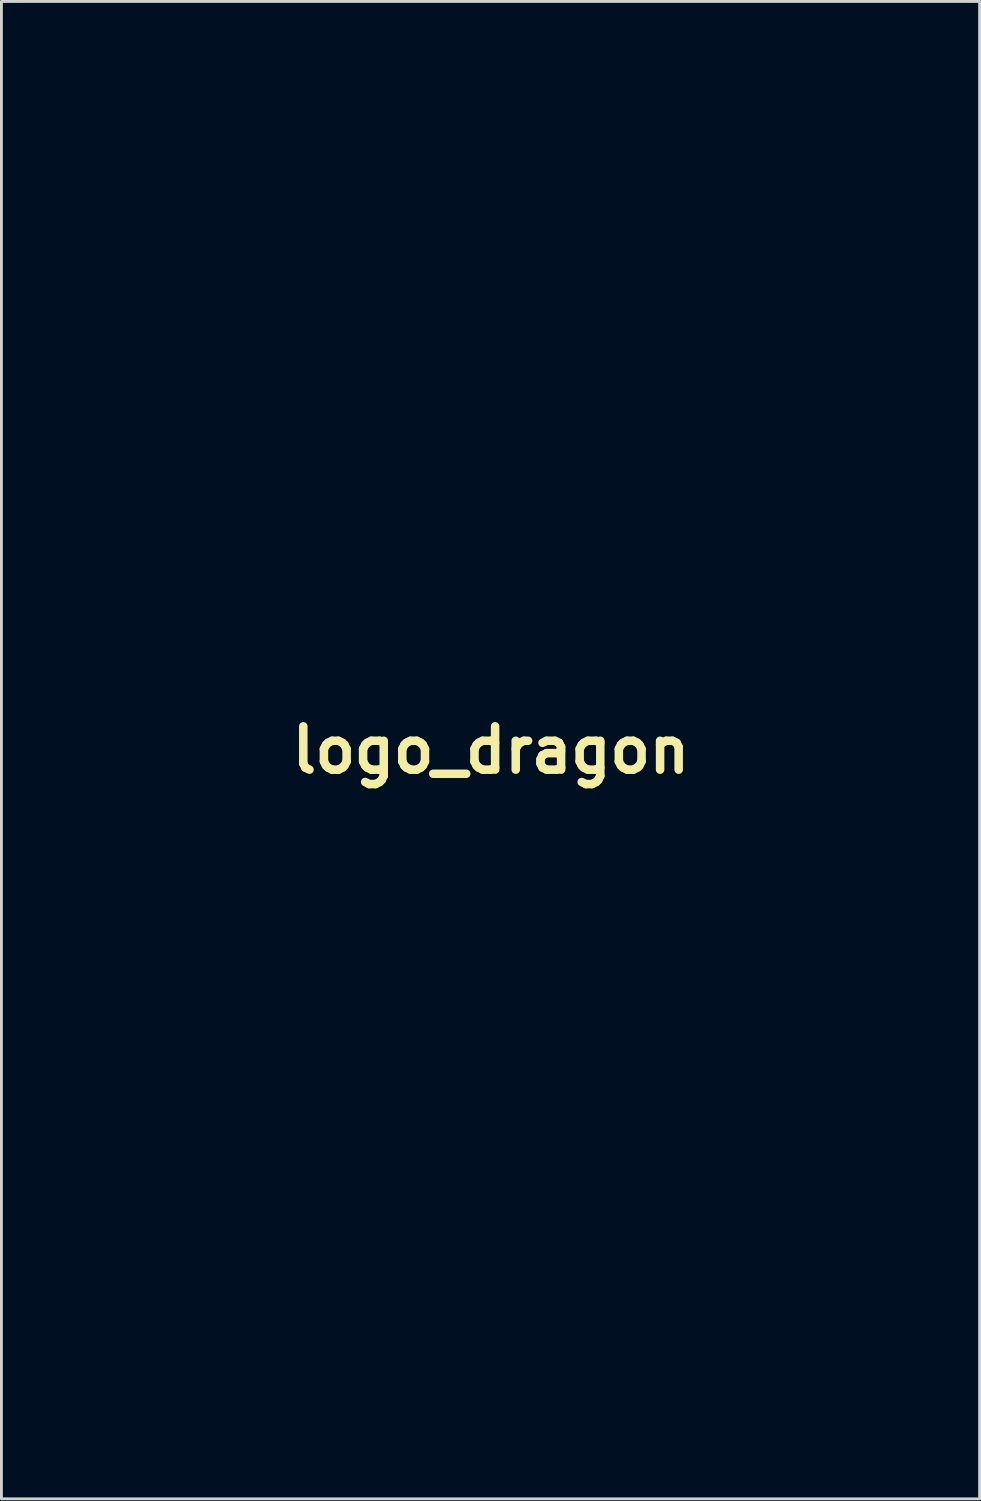
<source format=kicad_pcb>
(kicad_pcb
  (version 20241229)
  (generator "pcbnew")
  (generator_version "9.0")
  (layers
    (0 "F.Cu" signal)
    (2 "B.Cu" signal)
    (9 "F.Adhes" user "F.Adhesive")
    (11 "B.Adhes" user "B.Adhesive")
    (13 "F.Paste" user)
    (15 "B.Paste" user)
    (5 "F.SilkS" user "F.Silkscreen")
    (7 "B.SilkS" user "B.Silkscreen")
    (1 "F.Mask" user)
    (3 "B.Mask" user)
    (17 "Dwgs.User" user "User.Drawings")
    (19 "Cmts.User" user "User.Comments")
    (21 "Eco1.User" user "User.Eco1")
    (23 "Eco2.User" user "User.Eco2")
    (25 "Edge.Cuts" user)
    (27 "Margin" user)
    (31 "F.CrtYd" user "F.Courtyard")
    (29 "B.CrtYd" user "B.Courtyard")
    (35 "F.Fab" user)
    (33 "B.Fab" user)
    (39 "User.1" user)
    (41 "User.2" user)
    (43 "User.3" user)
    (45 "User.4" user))
  (footprint "logo_dragon"
    (layer "F.Cu")
    (at 14.226 23.342)
    (property "Reference" "logo_dragon" (at 0 0 0) (layer "F.SilkS") (effects (font (size 1.524 1.524) (thickness 0.3))))
    (attr through_hole)
    (fp_poly (pts (xy -0.811 -23.335) (xy -0.628 -23.281) (xy -0.367 -23.215) (xy -0.279 -23.195) (xy -0.017 -23.126) (xy 0.192 -23.055) (xy 0.236 -23.034) (xy 0.373 -22.964) (xy 0.621 -22.841) (xy 0.935 -22.686) (xy 1.101 -22.604) (xy 1.457 -22.426) (xy 1.791 -22.253) (xy 2.048 -22.114) (xy 2.117 -22.074) (xy 2.334 -21.975) (xy 2.627 -21.903) (xy 3.034 -21.851) (xy 3.26 -21.832) (xy 3.733 -21.79) (xy 4.283 -21.733) (xy 4.819 -21.669) (xy 5.034 -21.641) (xy 5.411 -21.592) (xy 5.72 -21.559) (xy 5.928 -21.544) (xy 5.997 -21.548) (xy 5.99 -21.64) (xy 5.931 -21.832) (xy 5.891 -21.936) (xy 5.814 -22.155) (xy 5.784 -22.301) (xy 5.789 -22.327) (xy 5.812 -22.339) (xy 5.858 -22.329) (xy 5.949 -22.283) (xy 6.108 -22.188) (xy 6.357 -22.032) (xy 6.719 -21.801) (xy 6.858 -21.712) (xy 8.015 -20.892) (xy 9.029 -19.999) (xy 9.916 -19.015) (xy 10.693 -17.921) (xy 11.357 -16.741) (xy 11.595 -16.263) (xy 11.757 -15.925) (xy 11.843 -15.715) (xy 11.855 -15.622) (xy 11.793 -15.635) (xy 11.658 -15.741) (xy 11.45 -15.931) (xy 11.41 -15.969) (xy 10.535 -16.748) (xy 9.718 -17.389) (xy 8.94 -17.903) (xy 8.178 -18.303) (xy 7.413 -18.598) (xy 6.623 -18.801) (xy 6.138 -18.882) (xy 5.661 -18.948) (xy 5.327 -18.997) (xy 5.11 -19.035) (xy 4.985 -19.066) (xy 4.927 -19.096) (xy 4.911 -19.131) (xy 4.911 -19.14) (xy 4.964 -19.242) (xy 5.103 -19.423) (xy 5.271 -19.615) (xy 5.63 -20.008) (xy 4.149 -19.953) (xy 3.648 -19.931) (xy 3.191 -19.905) (xy 2.811 -19.878) (xy 2.541 -19.851) (xy 2.43 -19.832) (xy 2.304 -19.779) (xy 2.205 -19.675) (xy 2.109 -19.487) (xy 1.994 -19.178) (xy 1.964 -19.09) (xy 1.812 -18.708) (xy 1.6 -18.262) (xy 1.363 -17.825) (xy 1.258 -17.652) (xy 0.97 -17.184) (xy 0.744 -16.796) (xy 0.588 -16.508) (xy 0.513 -16.336) (xy 0.508 -16.308) (xy 0.573 -16.331) (xy 0.745 -16.43) (xy 0.991 -16.585) (xy 1.079 -16.643) (xy 1.595 -16.961) (xy 2.043 -17.177) (xy 2.479 -17.31) (xy 2.956 -17.376) (xy 3.45 -17.394) (xy 3.81 -17.397) (xy 4.098 -17.403) (xy 4.276 -17.412) (xy 4.318 -17.419) (xy 4.266 -17.488) (xy 4.133 -17.644) (xy 4.007 -17.785) (xy 3.559 -18.181) (xy 3.05 -18.435) (xy 2.964 -18.463) (xy 2.834 -18.507) (xy 2.851 -18.527) (xy 3.026 -18.535) (xy 3.026 -18.535) (xy 3.285 -18.505) (xy 3.648 -18.417) (xy 4.068 -18.283) (xy 4.498 -18.119) (xy 4.699 -18.031) (xy 4.943 -17.919) (xy 5.275 -17.768) (xy 5.629 -17.608) (xy 5.676 -17.586) (xy 6.314 -17.298) (xy 6.28 -17.835) (xy 6.273 -18.111) (xy 6.288 -18.305) (xy 6.319 -18.372) (xy 6.5 -18.309) (xy 6.769 -18.13) (xy 7.109 -17.85) (xy 7.5 -17.484) (xy 7.662 -17.321) (xy 8.131 -16.799) (xy 8.486 -16.294) (xy 8.767 -15.746) (xy 8.913 -15.378) (xy 9.032 -15.05) (xy 9.326 -15.97) (xy 9.449 -16.335) (xy 9.561 -16.631) (xy 9.65 -16.827) (xy 9.698 -16.891) (xy 9.778 -16.826) (xy 9.927 -16.652) (xy 10.119 -16.4) (xy 10.223 -16.256) (xy 10.48 -15.893) (xy 10.753 -15.51) (xy 10.991 -15.178) (xy 11.029 -15.125) (xy 11.64 -14.229) (xy 12.119 -13.408) (xy 12.476 -12.641) (xy 12.719 -11.907) (xy 12.858 -11.186) (xy 12.898 -10.628) (xy 12.918 -10.288) (xy 12.958 -10.11) (xy 13.021 -10.086) (xy 13.078 -10.155) (xy 13.167 -10.239) (xy 13.358 -10.388) (xy 13.612 -10.573) (xy 13.658 -10.605) (xy 14.189 -10.977) (xy 14.076 -10.42) (xy 13.922 -9.738) (xy 13.76 -9.199) (xy 13.577 -8.777) (xy 13.356 -8.445) (xy 13.083 -8.179) (xy 12.744 -7.951) (xy 12.631 -7.889) (xy 12.29 -7.713) (xy 12.067 -7.632) (xy 11.936 -7.661) (xy 11.874 -7.817) (xy 11.855 -8.116) (xy 11.853 -8.39) (xy 11.834 -8.889) (xy 11.768 -9.252) (xy 11.643 -9.51) (xy 11.447 -9.693) (xy 11.299 -9.775) (xy 11.108 -9.843) (xy 10.89 -9.86) (xy 10.585 -9.828) (xy 10.493 -9.814) (xy 10.217 -9.767) (xy 10.02 -9.73) (xy 9.949 -9.711) (xy 9.923 -9.629) (xy 9.858 -9.435) (xy 9.799 -9.26) (xy 9.668 -8.761) (xy 9.656 -8.366) (xy 9.769 -8.054) (xy 10.013 -7.803) (xy 10.24 -7.665) (xy 10.449 -7.497) (xy 10.497 -7.343) (xy 10.478 -7.172) (xy 10.401 -7.042) (xy 10.235 -6.926) (xy 9.949 -6.795) (xy 9.84 -6.751) (xy 9.308 -6.537) (xy 8.695 -6.937) (xy 8.341 -7.187) (xy 8.107 -7.402) (xy 7.958 -7.617) (xy 7.929 -7.677) (xy 7.838 -7.906) (xy 7.823 -8.075) (xy 7.881 -8.275) (xy 7.91 -8.347) (xy 8.051 -8.589) (xy 8.27 -8.86) (xy 8.437 -9.025) (xy 8.829 -9.372) (xy 8.551 -9.893) (xy 8.135 -10.495) (xy 7.581 -11) (xy 6.891 -11.405) (xy 6.325 -11.631) (xy 6.222 -11.703) (xy 6.26 -11.831) (xy 6.521 -12.17) (xy 6.86 -12.404) (xy 7.309 -12.549) (xy 7.635 -12.6) (xy 8.144 -12.658) (xy 7.956 -12.841) (xy 10.71 -12.841) (xy 10.714 -12.468) (xy 10.733 -12.211) (xy 10.781 -12.014) (xy 10.873 -11.824) (xy 11.021 -11.586) (xy 11.031 -11.572) (xy 11.204 -11.332) (xy 11.354 -11.168) (xy 11.451 -11.113) (xy 11.454 -11.114) (xy 11.513 -11.214) (xy 11.547 -11.468) (xy 11.557 -11.861) (xy 11.547 -12.264) (xy 11.509 -12.557) (xy 11.433 -12.801) (xy 11.362 -12.954) (xy 11.158 -13.319) (xy 10.983 -13.57) (xy 10.848 -13.691) (xy 10.78 -13.687) (xy 10.749 -13.576) (xy 10.725 -13.338) (xy 10.712 -13.015) (xy 10.71 -12.841) (xy 7.956 -12.841) (xy 7.249 -13.529) (xy 6.737 -14.006) (xy 6.299 -14.361) (xy 5.909 -14.608) (xy 5.54 -14.762) (xy 5.168 -14.836) (xy 4.868 -14.848) (xy 4.304 -14.785) (xy 3.643 -14.613) (xy 2.908 -14.339) (xy 2.76 -14.274) (xy 2.498 -14.166) (xy 2.302 -14.102) (xy 2.219 -14.093) (xy 2.223 -14.164) (xy 2.31 -14.318) (xy 2.493 -14.574) (xy 2.629 -14.753) (xy 2.738 -14.919) (xy 2.732 -14.977) (xy 2.621 -14.928) (xy 2.417 -14.777) (xy 2.261 -14.645) (xy 1.964 -14.32) (xy 1.683 -13.9) (xy 1.454 -13.451) (xy 1.315 -13.037) (xy 1.308 -13) (xy 1.298 -12.742) (xy 1.337 -12.438) (xy 1.356 -12.357) (xy 1.399 -12.234) (xy 1.47 -12.1) (xy 1.585 -11.94) (xy 1.755 -11.739) (xy 1.995 -11.481) (xy 2.319 -11.151) (xy 2.74 -10.732) (xy 3.191 -10.29) (xy 4.1 -9.384) (xy 4.885 -8.559) (xy 5.558 -7.798) (xy 6.132 -7.082) (xy 6.62 -6.392) (xy 7.033 -5.711) (xy 7.385 -5.019) (xy 7.687 -4.299) (xy 7.953 -3.531) (xy 8.098 -3.048) (xy 8.183 -2.622) (xy 8.238 -2.074) (xy 8.264 -1.451) (xy 8.26 -0.798) (xy 8.226 -0.16) (xy 8.163 0.417) (xy 8.087 0.826) (xy 7.984 1.215) (xy 7.901 1.443) (xy 7.833 1.512) (xy 7.778 1.429) (xy 7.755 1.333) (xy 7.637 0.749) (xy 7.522 0.214) (xy 7.416 -0.247) (xy 7.324 -0.612) (xy 7.253 -0.855) (xy 7.21 -0.952) (xy 7.167 -0.963) (xy 7.101 -0.913) (xy 7 -0.786) (xy 6.852 -0.566) (xy 6.645 -0.234) (xy 6.367 0.225) (xy 6.324 0.296) (xy 6.234 0.431) (xy 6.068 0.666) (xy 5.85 0.967) (xy 5.646 1.245) (xy 5.113 1.892) (xy 4.561 2.402) (xy 3.949 2.806) (xy 3.236 3.132) (xy 2.894 3.254) (xy 2.624 3.354) (xy 2.433 3.441) (xy 2.362 3.497) (xy 2.424 3.582) (xy 2.581 3.738) (xy 2.771 3.908) (xy 3.213 4.329) (xy 3.646 4.813) (xy 4.021 5.303) (xy 4.23 5.63) (xy 4.513 6.249) (xy 4.678 6.881) (xy 4.724 7.499) (xy 4.654 8.078) (xy 4.468 8.588) (xy 4.166 9.004) (xy 4.128 9.041) (xy 3.809 9.291) (xy 3.465 9.453) (xy 3.052 9.54) (xy 2.522 9.567) (xy 2.493 9.567) (xy 1.818 9.522) (xy 1.181 9.378) (xy 0.556 9.125) (xy -0.083 8.75) (xy -0.761 8.242) (xy -1.119 7.937) (xy -1.689 7.437) (xy -2.178 7.545) (xy -2.527 7.642) (xy -2.874 7.77) (xy -3.031 7.843) (xy -3.688 8.277) (xy -4.279 8.842) (xy -4.796 9.513) (xy -5.231 10.268) (xy -5.577 11.082) (xy -5.827 11.932) (xy -5.972 12.794) (xy -6.006 13.644) (xy -5.92 14.459) (xy -5.707 15.215) (xy -5.519 15.623) (xy -5.375 15.853) (xy -5.241 16.006) (xy -5.172 16.044) (xy -5.058 15.976) (xy -4.922 15.807) (xy -4.888 15.75) (xy -4.734 15.497) (xy -4.578 15.271) (xy -4.563 15.252) (xy -4.449 15.041) (xy -4.404 14.819) (xy -4.436 14.652) (xy -4.472 14.614) (xy -4.517 14.518) (xy -4.582 14.293) (xy -4.656 13.979) (xy -4.699 13.767) (xy -4.775 13.35) (xy -4.81 13.032) (xy -4.809 12.746) (xy -4.799 12.657) (xy -3.751 12.657) (xy -3.737 13.13) (xy -3.697 13.472) (xy -3.634 13.669) (xy -3.571 13.714) (xy -3.498 13.65) (xy -3.351 13.481) (xy -3.16 13.239) (xy -3.09 13.147) (xy -2.825 12.817) (xy -2.497 12.44) (xy -2.164 12.085) (xy -2.079 11.999) (xy -1.49 11.414) (xy -1.698 11.25) (xy -2.087 10.991) (xy -2.479 10.817) (xy -2.819 10.753) (xy -2.825 10.753) (xy -2.974 10.762) (xy -3.086 10.812) (xy -3.192 10.931) (xy -3.322 11.152) (xy -3.434 11.365) (xy -3.597 11.697) (xy -3.692 11.955) (xy -3.737 12.213) (xy -3.75 12.544) (xy -3.751 12.657) (xy -4.799 12.657) (xy -4.774 12.427) (xy -4.758 12.324) (xy -4.635 11.704) (xy -4.452 11.084) (xy -4.191 10.411) (xy -4.023 10.031) (xy -3.723 9.373) (xy -2.949 9.428) (xy -2.59 9.46) (xy -2.288 9.51) (xy -2.023 9.594) (xy -1.777 9.726) (xy -1.529 9.922) (xy -1.261 10.197) (xy -0.951 10.566) (xy -0.583 11.045) (xy -0.175 11.593) (xy 0.164 12.053) (xy -0.316 12.342) (xy -1.109 12.897) (xy -1.884 13.591) (xy -2.522 14.288) (xy -2.802 14.63) (xy -2.982 14.881) (xy -3.071 15.081) (xy -3.079 15.27) (xy -3.015 15.487) (xy -2.888 15.77) (xy -2.879 15.79) (xy -2.753 16.072) (xy -2.611 16.411) (xy -2.541 16.586) (xy -2.295 17.185) (xy -2 17.851) (xy -1.673 18.547) (xy -1.333 19.237) (xy -0.997 19.886) (xy -0.684 20.457) (xy -0.41 20.914) (xy -0.356 20.997) (xy -0.112 21.342) (xy 0.157 21.683) (xy 0.4 21.955) (xy 0.443 21.998) (xy 0.679 22.208) (xy 0.857 22.314) (xy 1.028 22.341) (xy 1.102 22.337) (xy 1.366 22.249) (xy 1.572 22.036) (xy 1.73 21.681) (xy 1.829 21.278) (xy 1.903 20.76) (xy 1.937 20.191) (xy 1.937 19.594) (xy 1.904 18.996) (xy 1.843 18.422) (xy 1.756 17.896) (xy 1.647 17.443) (xy 1.518 17.089) (xy 1.374 16.859) (xy 1.247 16.78) (xy 1.137 16.808) (xy 1.022 16.954) (xy 0.887 17.226) (xy 0.774 17.512) (xy 0.697 17.762) (xy 0.676 17.888) (xy 0.642 18.138) (xy 0.537 18.238) (xy 0.347 18.194) (xy 0.224 18.126) (xy -0.192 17.796) (xy -0.58 17.355) (xy -0.895 16.862) (xy -1.023 16.579) (xy -1.13 16.299) (xy -1.213 16.084) (xy -1.255 15.981) (xy -1.211 15.934) (xy -1.059 15.917) (xy -0.858 15.926) (xy -0.665 15.96) (xy -0.54 16.013) (xy -0.53 16.023) (xy -0.447 16.185) (xy -0.395 16.348) (xy -0.316 16.544) (xy -0.187 16.758) (xy -0.047 16.934) (xy 0.067 17.017) (xy 0.077 17.018) (xy 0.156 16.95) (xy 0.237 16.811) (xy 0.394 16.556) (xy 0.625 16.282) (xy 0.882 16.039) (xy 1.115 15.875) (xy 1.177 15.848) (xy 1.49 15.818) (xy 1.777 15.955) (xy 2.036 16.258) (xy 2.269 16.727) (xy 2.472 17.357) (xy 2.559 17.81) (xy 2.618 18.385) (xy 2.65 19.035) (xy 2.654 19.714) (xy 2.63 20.378) (xy 2.579 20.98) (xy 2.5 21.473) (xy 2.472 21.59) (xy 2.259 22.249) (xy 2.012 22.747) (xy 1.727 23.09) (xy 1.617 23.174) (xy 1.282 23.334) (xy 0.946 23.344) (xy 0.593 23.22) (xy 0.173 22.941) (xy -0.277 22.498) (xy -0.757 21.893) (xy -1.264 21.128) (xy -1.798 20.204) (xy -2.357 19.124) (xy -2.412 19.013) (xy -2.696 18.432) (xy -2.918 17.974) (xy -3.092 17.61) (xy -3.231 17.312) (xy -3.348 17.05) (xy -3.458 16.797) (xy -3.572 16.522) (xy -3.591 16.476) (xy -3.687 16.288) (xy -3.768 16.202) (xy -3.79 16.207) (xy -3.845 16.299) (xy -3.96 16.519) (xy -4.125 16.843) (xy -4.325 17.246) (xy -4.55 17.704) (xy -4.574 17.753) (xy -5.295 19.239) (xy -5.67 18.742) (xy -5.936 18.349) (xy -6.231 17.848) (xy -6.528 17.29) (xy -6.803 16.723) (xy -7.029 16.199) (xy -7.178 15.784) (xy -7.466 14.564) (xy -7.59 13.379) (xy -7.548 12.226) (xy -7.34 11.102) (xy -6.965 10.004) (xy -6.423 8.93) (xy -5.713 7.877) (xy -5.573 7.696) (xy -5.246 7.346) (xy -4.806 6.965) (xy -4.298 6.588) (xy -3.766 6.247) (xy -3.285 5.99) (xy -2.931 5.846) (xy -2.506 5.707) (xy -2.056 5.585) (xy -1.627 5.491) (xy -1.263 5.437) (xy -1.011 5.433) (xy -1.006 5.434) (xy -0.82 5.527) (xy -0.736 5.63) (xy -0.633 5.829) (xy -0.579 5.927) (xy -0.487 6.108) (xy -0.427 6.24) (xy -0.336 6.379) (xy -0.155 6.603) (xy 0.084 6.875) (xy 0.25 7.054) (xy 0.752 7.513) (xy 1.273 7.863) (xy 1.79 8.095) (xy 2.282 8.201) (xy 2.727 8.172) (xy 2.97 8.082) (xy 3.251 7.904) (xy 3.404 7.699) (xy 3.463 7.411) (xy 3.469 7.256) (xy 3.446 6.95) (xy 3.361 6.659) (xy 3.196 6.34) (xy 2.932 5.953) (xy 2.865 5.862) (xy 2.646 5.612) (xy 2.324 5.3) (xy 1.934 4.954) (xy 1.514 4.608) (xy 1.1 4.291) (xy 0.729 4.034) (xy 0.653 3.987) (xy 0.333 3.792) (xy -0.617 3.931) (xy -1.598 4.078) (xy -2.432 4.213) (xy -3.141 4.342) (xy -3.745 4.471) (xy -4.266 4.603) (xy -4.725 4.746) (xy -5.144 4.904) (xy -5.544 5.083) (xy -5.905 5.266) (xy -6.178 5.401) (xy -6.314 5.447) (xy -6.317 5.41) (xy -6.191 5.295) (xy -5.94 5.109) (xy -5.692 4.94) (xy -4.783 4.371) (xy -3.774 3.804) (xy -2.733 3.275) (xy -1.726 2.819) (xy -1.693 2.806) (xy -1.228 2.611) (xy -1.524 2.386) (xy -1.715 2.229) (xy -1.984 1.993) (xy -2.288 1.717) (xy -2.455 1.56) (xy -2.743 1.291) (xy -2.938 1.126) (xy -3.064 1.047) (xy -3.149 1.041) (xy -3.219 1.089) (xy -3.223 1.093) (xy -3.335 1.198) (xy -3.547 1.388) (xy -3.828 1.636) (xy -4.15 1.917) (xy -4.181 1.944) (xy -4.901 2.612) (xy -5.663 3.398) (xy -6.438 4.268) (xy -7.195 5.185) (xy -7.905 6.115) (xy -8.536 7.023) (xy -8.567 7.07) (xy -8.768 7.392) (xy -9.011 7.807) (xy -9.265 8.256) (xy -9.454 8.607) (xy -9.954 9.551) (xy -9.931 8.48) (xy -9.923 8.106) (xy -9.914 7.598) (xy -9.903 6.99) (xy -9.892 6.317) (xy -9.881 5.613) (xy -9.87 4.912) (xy -9.87 4.911) (xy -9.841 3.635) (xy -9.792 2.505) (xy -9.723 1.517) (xy -7.775 1.517) (xy -7.743 1.985) (xy -7.684 2.379) (xy -7.123 1.843) (xy -6.783 1.532) (xy -6.403 1.201) (xy -6.056 0.916) (xy -6.011 0.882) (xy -5.601 0.576) (xy -5.167 0.272) (xy -4.757 0.002) (xy -4.596 -0.095) (xy -1.412 -0.095) (xy -1.364 0.003) (xy -1.246 0.148) (xy -1.044 0.354) (xy -0.745 0.636) (xy -0.334 1.008) (xy -0.169 1.155) (xy 0.149 1.439) (xy 0.418 1.678) (xy 0.613 1.852) (xy 0.712 1.94) (xy 0.72 1.947) (xy 0.796 1.931) (xy 0.997 1.889) (xy 1.282 1.83) (xy 1.331 1.82) (xy 1.774 1.718) (xy 2.113 1.61) (xy 2.415 1.47) (xy 2.743 1.273) (xy 2.794 1.24) (xy 3.478 0.698) (xy 4.037 0.053) (xy 4.458 -0.678) (xy 4.701 -1.367) (xy 4.772 -1.701) (xy 4.814 -2.035) (xy 4.826 -2.322) (xy 4.804 -2.513) (xy 4.782 -2.556) (xy 4.674 -2.563) (xy 4.434 -2.524) (xy 4.093 -2.446) (xy 3.679 -2.339) (xy 3.221 -2.209) (xy 2.749 -2.067) (xy 2.292 -1.919) (xy 1.879 -1.774) (xy 1.539 -1.641) (xy 1.524 -1.634) (xy 1.231 -1.503) (xy 0.864 -1.33) (xy 0.451 -1.131) (xy 0.021 -0.918) (xy -0.397 -0.708) (xy -0.777 -0.512) (xy -1.09 -0.347) (xy -1.307 -0.225) (xy -1.401 -0.162) (xy -1.402 -0.161) (xy -1.412 -0.095) (xy -4.596 -0.095) (xy -4.418 -0.202) (xy -4.342 -0.243) (xy -4.281 -0.282) (xy -4.252 -0.335) (xy -4.267 -0.42) (xy -4.336 -0.557) (xy -4.469 -0.766) (xy -4.678 -1.066) (xy -4.971 -1.477) (xy -5.097 -1.651) (xy -5.437 -2.12) (xy -5.696 -2.463) (xy -5.885 -2.694) (xy -6.017 -2.827) (xy -6.105 -2.878) (xy -6.153 -2.866) (xy -6.25 -2.748) (xy -6.405 -2.52) (xy -6.595 -2.219) (xy -6.798 -1.883) (xy -6.989 -1.551) (xy -7.146 -1.261) (xy -7.224 -1.101) (xy -7.453 -0.487) (xy -7.628 0.19) (xy -7.738 0.876) (xy -7.775 1.517) (xy -9.723 1.517) (xy -9.722 1.499) (xy -9.627 0.594) (xy -9.504 -0.232) (xy -9.352 -1.002) (xy -9.166 -1.738) (xy -8.986 -2.335) (xy -8.528 -3.545) (xy -7.96 -4.645) (xy -7.262 -5.669) (xy -6.44 -6.625) (xy -6.146 -6.929) (xy -5.892 -7.182) (xy -5.7 -7.363) (xy -5.594 -7.447) (xy -5.584 -7.451) (xy -5.514 -7.378) (xy -5.44 -7.201) (xy -5.432 -7.176) (xy -5.284 -6.726) (xy -5.07 -6.165) (xy -4.806 -5.527) (xy -4.507 -4.846) (xy -4.189 -4.156) (xy -3.868 -3.49) (xy -3.559 -2.883) (xy -3.278 -2.367) (xy -3.048 -1.99) (xy -2.853 -1.695) (xy -2.708 -1.499) (xy -2.579 -1.402) (xy -2.432 -1.399) (xy -2.235 -1.49) (xy -1.954 -1.671) (xy -1.624 -1.896) (xy -1.06 -2.279) (xy -0.62 -2.585) (xy -0.285 -2.828) (xy -0.037 -3.022) (xy 0.144 -3.183) (xy 0.275 -3.325) (xy 0.375 -3.463) (xy 0.388 -3.483) (xy 0.548 -3.824) (xy 0.581 -4.172) (xy 0.492 -4.58) (xy 0.469 -4.647) (xy 0.311 -4.981) (xy 0.054 -5.396) (xy -0.279 -5.856) (xy -0.662 -6.327) (xy -0.983 -6.684) (xy -1.501 -7.232) (xy -1.764 -6.77) (xy -1.935 -6.402) (xy -2.097 -5.928) (xy -2.235 -5.414) (xy -2.332 -4.922) (xy -2.371 -4.514) (xy -2.371 -4.498) (xy -2.38 -4.296) (xy -2.431 -4.186) (xy -2.559 -4.151) (xy -2.8 -4.174) (xy -2.98 -4.202) (xy -3.12 -4.228) (xy -3.21 -4.27) (xy -3.253 -4.355) (xy -3.249 -4.51) (xy -3.2 -4.761) (xy -3.108 -5.137) (xy -3.047 -5.376) (xy -2.742 -6.419) (xy -2.399 -7.303) (xy -2.018 -8.027) (xy -1.716 -8.452) (xy -1.417 -8.818) (xy -1.111 -8.53) (xy -0.854 -8.302) (xy -0.555 -8.054) (xy -0.425 -7.952) (xy 0.515 -7.167) (xy 1.32 -6.353) (xy 1.98 -5.521) (xy 2.413 -4.816) (xy 2.836 -4.022) (xy 2.863 -4.487) (xy 2.857 -4.867) (xy 2.811 -5.354) (xy 2.733 -5.896) (xy 2.631 -6.436) (xy 2.515 -6.922) (xy 2.445 -7.154) (xy 2.323 -7.469) (xy 2.15 -7.86) (xy 1.957 -8.259) (xy 1.895 -8.377) (xy 1.71 -8.703) (xy 1.487 -9.061) (xy 1.245 -9.422) (xy 1.006 -9.758) (xy 0.789 -10.04) (xy 0.617 -10.24) (xy 0.508 -10.328) (xy 0.498 -10.329) (xy 0.384 -10.251) (xy 0.284 -10.039) (xy 0.21 -9.732) (xy 0.172 -9.364) (xy 0.169 -9.238) (xy 0.159 -8.937) (xy 0.131 -8.708) (xy 0.092 -8.598) (xy 0.09 -8.597) (xy -0.015 -8.619) (xy -0.191 -8.731) (xy -0.297 -8.818) (xy -0.535 -9.089) (xy -0.796 -9.495) (xy -1.062 -10.005) (xy -1.317 -10.589) (xy -1.413 -10.837) (xy -1.539 -11.168) (xy -1.665 -11.479) (xy -1.749 -11.675) (xy -1.882 -11.963) (xy -2.202 -11.464) (xy -2.389 -11.203) (xy -2.66 -10.867) (xy -2.976 -10.5) (xy -3.289 -10.16) (xy -3.6 -9.836) (xy -3.813 -9.622) (xy -3.947 -9.505) (xy -4.02 -9.472) (xy -4.052 -9.51) (xy -4.06 -9.606) (xy -4.06 -9.613) (xy -4.09 -9.907) (xy -4.162 -10.253) (xy -4.263 -10.613) (xy -4.381 -10.948) (xy -4.502 -11.22) (xy -4.614 -11.391) (xy -4.68 -11.43) (xy -4.789 -11.382) (xy -4.986 -11.257) (xy -5.199 -11.103) (xy -5.538 -10.866) (xy -5.976 -10.587) (xy -6.462 -10.299) (xy -6.941 -10.033) (xy -7.013 -9.996) (xy -7.149 -9.933) (xy -7.162 -9.976) (xy -7.105 -10.09) (xy -7.005 -10.252) (xy -6.836 -10.499) (xy -6.631 -10.785) (xy -6.593 -10.837) (xy -6.429 -11.059) (xy -6.293 -11.245) (xy -6.165 -11.423) (xy -6.022 -11.624) (xy -5.845 -11.877) (xy -5.611 -12.212) (xy -5.33 -12.615) (xy -5.08 -12.973) (xy -4.829 -13.33) (xy -4.616 -13.63) (xy -4.537 -13.741) (xy -4.244 -14.147) (xy -3.896 -13.623) (xy -3.704 -13.327) (xy -3.534 -13.053) (xy -3.423 -12.859) (xy -3.423 -12.857) (xy -3.319 -12.69) (xy -3.237 -12.616) (xy -3.234 -12.615) (xy -3.176 -12.689) (xy -3.1 -12.878) (xy -3.057 -13.018) (xy -2.888 -13.551) (xy -2.668 -14.137) (xy -2.418 -14.729) (xy -2.158 -15.281) (xy -1.909 -15.747) (xy -1.761 -15.984) (xy -1.511 -16.347) (xy -1.751 -16.291) (xy -1.985 -16.214) (xy -2.323 -16.075) (xy -2.72 -15.895) (xy -3.132 -15.696) (xy -3.516 -15.496) (xy -3.826 -15.319) (xy -3.85 -15.303) (xy -4.42 -14.899) (xy -5.064 -14.362) (xy -5.77 -13.703) (xy -6.523 -12.934) (xy -6.889 -12.54) (xy -7.245 -12.154) (xy -7.564 -11.815) (xy -7.829 -11.541) (xy -8.022 -11.351) (xy -8.123 -11.264) (xy -8.132 -11.261) (xy -8.137 -11.332) (xy -8.071 -11.529) (xy -7.945 -11.832) (xy -7.768 -12.217) (xy -7.551 -12.663) (xy -7.304 -13.148) (xy -7.195 -13.353) (xy -6.55 -14.461) (xy -5.829 -15.501) (xy -5.001 -16.513) (xy -4.061 -17.512) (xy -3.019 -18.557) (xy -3.414 -18.507) (xy -3.767 -18.463) (xy -4.136 -18.416) (xy -4.206 -18.408) (xy -4.733 -18.309) (xy -5.347 -18.141) (xy -5.989 -17.925) (xy -6.601 -17.679) (xy -7.033 -17.471) (xy -7.432 -17.246) (xy -7.808 -17.005) (xy -8.135 -16.769) (xy -8.384 -16.56) (xy -8.527 -16.398) (xy -8.551 -16.333) (xy -8.472 -16.302) (xy -8.258 -16.275) (xy -7.941 -16.255) (xy -7.599 -16.246) (xy -7.187 -16.237) (xy -6.814 -16.219) (xy -6.527 -16.197) (xy -6.392 -16.177) (xy -6.138 -16.118) (xy -6.466 -15.975) (xy -6.678 -15.887) (xy -6.815 -15.837) (xy -6.834 -15.833) (xy -6.963 -15.792) (xy -7.204 -15.682) (xy -7.522 -15.521) (xy -7.885 -15.327) (xy -8.259 -15.118) (xy -8.611 -14.912) (xy -8.906 -14.727) (xy -8.997 -14.666) (xy -9.539 -14.243) (xy -9.967 -13.787) (xy -10.326 -13.246) (xy -10.521 -12.873) (xy -10.636 -12.627) (xy -10.712 -12.42) (xy -10.759 -12.209) (xy -10.782 -11.946) (xy -10.791 -11.588) (xy -10.792 -11.303) (xy -10.774 -10.593) (xy -10.712 -10.028) (xy -10.651 -9.737) (xy -10.395 -8.665) (xy -10.197 -7.627) (xy -10.048 -6.554) (xy -9.941 -5.461) (xy -9.931 -4.957) (xy -9.966 -4.349) (xy -10.039 -3.693) (xy -10.143 -3.046) (xy -10.271 -2.465) (xy -10.347 -2.201) (xy -10.748 -1.188) (xy -11.291 -0.232) (xy -11.983 0.678) (xy -12.833 1.556) (xy -12.983 1.693) (xy -13.406 2.074) (xy -13.041 1.495) (xy -12.529 0.532) (xy -12.138 -0.541) (xy -12.023 -0.972) (xy -11.939 -1.45) (xy -11.882 -2.05) (xy -11.852 -2.724) (xy -11.85 -3.427) (xy -11.876 -4.112) (xy -11.931 -4.733) (xy -11.983 -5.08) (xy -12.097 -5.708) (xy -12.221 -6.369) (xy -12.345 -7.015) (xy -12.46 -7.597) (xy -12.556 -8.068) (xy -12.569 -8.128) (xy -12.703 -8.777) (xy -12.853 -9.547) (xy -13.011 -10.39) (xy -13.078 -10.753) (xy -13.142 -11.195) (xy -13.189 -11.679) (xy -13.208 -12.106) (xy -13.208 -12.129) (xy -13.219 -12.485) (xy -13.251 -12.71) (xy -13.299 -12.785) (xy -13.42 -12.745) (xy -13.627 -12.643) (xy -13.75 -12.573) (xy -13.969 -12.462) (xy -14.126 -12.412) (xy -14.168 -12.418) (xy -14.213 -12.557) (xy -14.221 -12.822) (xy -14.195 -13.171) (xy -14.137 -13.565) (xy -14.108 -13.716) (xy -13.828 -14.653) (xy -13.39 -15.589) (xy -12.805 -16.508) (xy -12.083 -17.396) (xy -11.236 -18.238) (xy -10.414 -18.914) (xy -9.621 -19.436) (xy -8.704 -19.91) (xy -7.707 -20.318) (xy -6.672 -20.641) (xy -5.8 -20.835) (xy -5.207 -20.941) (xy -5.842 -21.236) (xy -6.477 -21.53) (xy -6.096 -21.649) (xy -5.641 -21.757) (xy -5.045 -21.847) (xy -4.337 -21.918) (xy -3.543 -21.967) (xy -2.692 -21.992) (xy -1.812 -21.991) (xy -1.587 -21.986) (xy -1.063 -21.975) (xy -0.601 -21.969) (xy -0.226 -21.967) (xy 0.037 -21.971) (xy 0.162 -21.98) (xy 0.169 -21.983) (xy 0.106 -22.154) (xy -0.076 -22.415) (xy -0.363 -22.751) (xy -0.496 -22.893) (xy -0.694 -23.112) (xy -0.812 -23.267) (xy -0.833 -23.337) (xy -0.811 -23.335)) (stroke (width 0.01) (type solid)) (fill yes) (layer "F.Mask")))
  (gr_rect
    (start -3 -3)
    (end 31.42 49.69)
    (stroke (width 0.1) (type default))
    (fill no)
    (layer "Edge.Cuts")))
</source>
